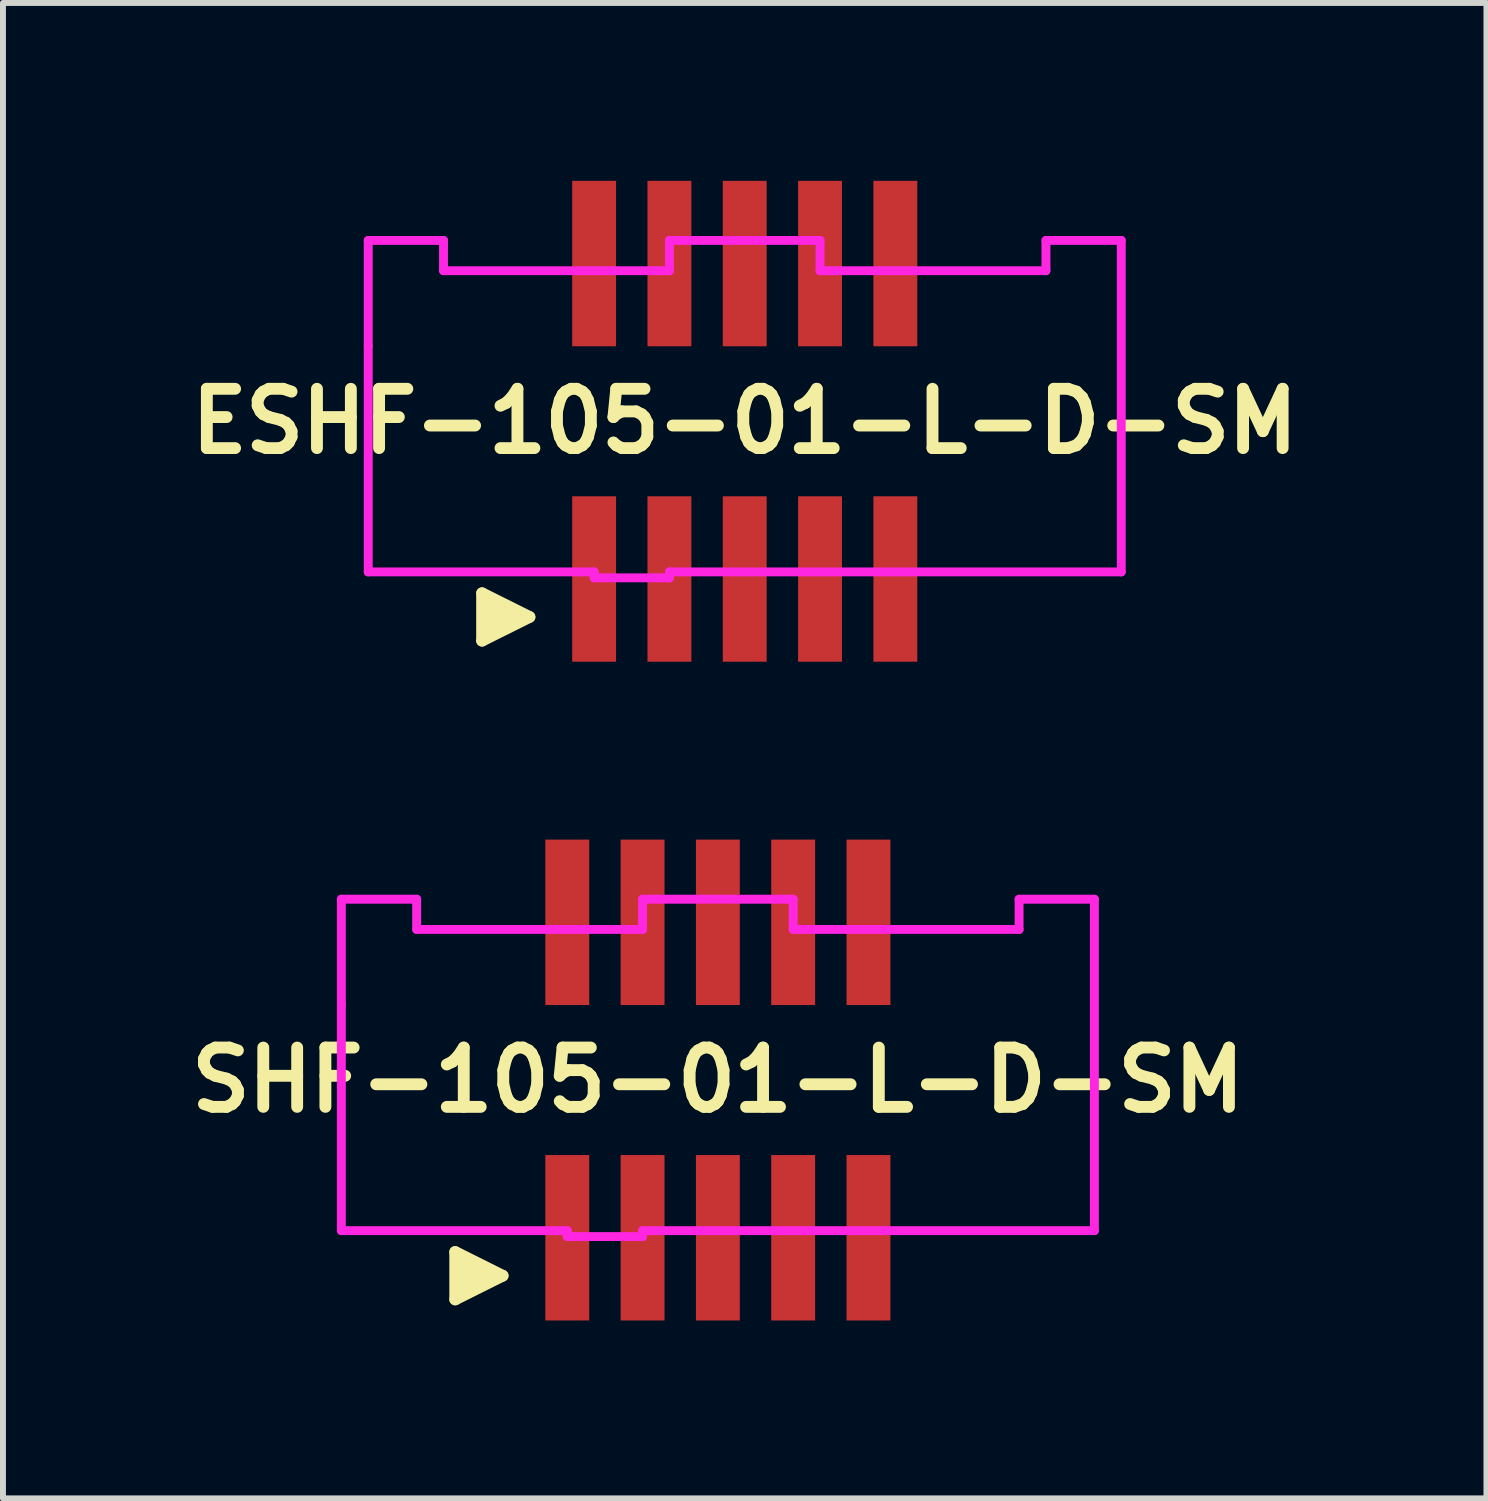
<source format=kicad_pcb>
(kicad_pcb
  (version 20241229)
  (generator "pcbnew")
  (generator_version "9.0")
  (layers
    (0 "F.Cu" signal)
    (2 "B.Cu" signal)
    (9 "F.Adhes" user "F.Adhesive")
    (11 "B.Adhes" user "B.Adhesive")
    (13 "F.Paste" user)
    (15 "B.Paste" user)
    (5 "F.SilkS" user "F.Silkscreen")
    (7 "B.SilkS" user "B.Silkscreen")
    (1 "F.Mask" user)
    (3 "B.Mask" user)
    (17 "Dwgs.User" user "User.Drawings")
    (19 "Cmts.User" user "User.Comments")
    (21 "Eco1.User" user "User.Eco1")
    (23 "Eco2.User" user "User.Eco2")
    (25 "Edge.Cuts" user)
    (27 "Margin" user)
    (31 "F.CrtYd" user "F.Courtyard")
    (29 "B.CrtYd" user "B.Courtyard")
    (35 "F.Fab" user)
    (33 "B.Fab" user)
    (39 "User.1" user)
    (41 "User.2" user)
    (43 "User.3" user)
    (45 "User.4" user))
  (footprint "ESHF-105-01-L-D-SM"
    (layer "F.Cu")
    (at 9.51 4.055)
    (property "Reference" "ESHF-105-01-L-D-SM" (at 0 0 0) (layer "F.SilkS") (effects (font (size 1 1) (thickness 0.2))))
    (attr through_hole)
    (fp_line (start -4.43 2.9) (end -3.63 3.3) (stroke (width 0.198) (type solid)) (layer "F.SilkS"))
    (fp_line (start -4.43 3.7) (end -4.43 2.9) (stroke (width 0.198) (type solid)) (layer "F.SilkS"))
    (fp_line (start -4.33 3.6) (end -4.33 3) (stroke (width 0.198) (type solid)) (layer "F.SilkS"))
    (fp_line (start -4.23 3.1) (end -4.23 3.5) (stroke (width 0.198) (type solid)) (layer "F.SilkS"))
    (fp_line (start -4.13 3.5) (end -4.13 3.1) (stroke (width 0.198) (type solid)) (layer "F.SilkS"))
    (fp_line (start -4.03 3.2) (end -4.03 3.4) (stroke (width 0.198) (type solid)) (layer "F.SilkS"))
    (fp_line (start -3.93 3.4) (end -3.93 3.2) (stroke (width 0.198) (type solid)) (layer "F.SilkS"))
    (fp_line (start -3.63 3.3) (end -4.43 3.7) (stroke (width 0.198) (type solid)) (layer "F.SilkS"))
    (fp_line (start -6.35 -3.05) (end -5.08 -3.05) (stroke (width 0.15) (type solid)) (layer "F.CrtYd"))
    (fp_line (start -6.35 -1.27) (end -6.35 -3.05) (stroke (width 0.15) (type solid)) (layer "F.CrtYd"))
    (fp_line (start -6.35 2.54) (end -6.35 -1.27) (stroke (width 0.15) (type solid)) (layer "F.CrtYd"))
    (fp_line (start -6.35 2.54) (end -2.54 2.54) (stroke (width 0.15) (type solid)) (layer "F.CrtYd"))
    (fp_line (start -5.08 -3.05) (end -5.08 -2.54) (stroke (width 0.15) (type solid)) (layer "F.CrtYd"))
    (fp_line (start -5.08 -2.54) (end -1.27 -2.54) (stroke (width 0.15) (type solid)) (layer "F.CrtYd"))
    (fp_line (start -2.54 2.54) (end -2.54 2.639) (stroke (width 0.15) (type solid)) (layer "F.CrtYd"))
    (fp_line (start -1.27 -3.05) (end 1.27 -3.05) (stroke (width 0.15) (type solid)) (layer "F.CrtYd"))
    (fp_line (start -1.27 -2.54) (end -1.27 -3.05) (stroke (width 0.15) (type solid)) (layer "F.CrtYd"))
    (fp_line (start -1.27 2.54) (end 6.35 2.54) (stroke (width 0.15) (type solid)) (layer "F.CrtYd"))
    (fp_line (start -1.27 2.64) (end -2.54 2.64) (stroke (width 0.15) (type solid)) (layer "F.CrtYd"))
    (fp_line (start -1.27 2.642) (end -1.27 2.54) (stroke (width 0.15) (type solid)) (layer "F.CrtYd"))
    (fp_line (start 1.27 -2.54) (end 1.27 -3.05) (stroke (width 0.15) (type solid)) (layer "F.CrtYd"))
    (fp_line (start 1.27 -2.54) (end 5.08 -2.54) (stroke (width 0.15) (type solid)) (layer "F.CrtYd"))
    (fp_line (start 5.08 -3.05) (end 6.35 -3.05) (stroke (width 0.15) (type solid)) (layer "F.CrtYd"))
    (fp_line (start 5.08 -2.54) (end 5.08 -3.048) (stroke (width 0.15) (type solid)) (layer "F.CrtYd"))
    (fp_line (start 6.35 -3.05) (end 6.35 2.54) (stroke (width 0.15) (type solid)) (layer "F.CrtYd"))
    (pad "1" smd rect (at -2.54 2.66) (size 0.74 2.79) (layers "F.Cu" "F.Mask" "F.Paste"))
    (pad "2" smd rect (at -2.54 -2.66) (size 0.74 2.79) (layers "F.Cu" "F.Mask" "F.Paste"))
    (pad "3" smd rect (at -1.27 2.66) (size 0.74 2.79) (layers "F.Cu" "F.Mask" "F.Paste"))
    (pad "4" smd rect (at -1.27 -2.66) (size 0.74 2.79) (layers "F.Cu" "F.Mask" "F.Paste"))
    (pad "5" smd rect (at 0 2.66 180) (size 0.74 2.79) (layers "F.Cu" "F.Mask" "F.Paste"))
    (pad "6" smd rect (at 0 -2.66) (size 0.74 2.79) (layers "F.Cu" "F.Mask" "F.Paste"))
    (pad "7" smd rect (at 1.27 2.66) (size 0.74 2.79) (layers "F.Cu" "F.Mask" "F.Paste"))
    (pad "8" smd rect (at 1.27 -2.66) (size 0.74 2.79) (layers "F.Cu" "F.Mask" "F.Paste"))
    (pad "9" smd rect (at 2.54 2.66) (size 0.74 2.79) (layers "F.Cu" "F.Mask" "F.Paste"))
    (pad "10" smd rect (at 2.54 -2.66) (size 0.74 2.79) (layers "F.Cu" "F.Mask" "F.Paste")))
  (footprint "SHF-105-01-L-D-SM"
    (layer "F.Cu")
    (at 9.057 15.165)
    (property "Reference" "SHF-105-01-L-D-SM" (at 0 0 0) (layer "F.SilkS") (effects (font (size 1 1) (thickness 0.2))))
    (attr through_hole)
    (fp_line (start -4.43 2.9) (end -3.63 3.3) (stroke (width 0.198) (type solid)) (layer "F.SilkS"))
    (fp_line (start -4.43 3.7) (end -4.43 2.9) (stroke (width 0.198) (type solid)) (layer "F.SilkS"))
    (fp_line (start -4.33 3.6) (end -4.33 3) (stroke (width 0.198) (type solid)) (layer "F.SilkS"))
    (fp_line (start -4.23 3.1) (end -4.23 3.5) (stroke (width 0.198) (type solid)) (layer "F.SilkS"))
    (fp_line (start -4.13 3.5) (end -4.13 3.1) (stroke (width 0.198) (type solid)) (layer "F.SilkS"))
    (fp_line (start -4.03 3.2) (end -4.03 3.4) (stroke (width 0.198) (type solid)) (layer "F.SilkS"))
    (fp_line (start -3.93 3.4) (end -3.93 3.2) (stroke (width 0.198) (type solid)) (layer "F.SilkS"))
    (fp_line (start -3.63 3.3) (end -4.43 3.7) (stroke (width 0.198) (type solid)) (layer "F.SilkS"))
    (fp_line (start -6.35 -3.05) (end -5.08 -3.05) (stroke (width 0.15) (type solid)) (layer "F.CrtYd"))
    (fp_line (start -6.35 -1.27) (end -6.35 -3.05) (stroke (width 0.15) (type solid)) (layer "F.CrtYd"))
    (fp_line (start -6.35 2.54) (end -6.35 -1.27) (stroke (width 0.15) (type solid)) (layer "F.CrtYd"))
    (fp_line (start -6.35 2.54) (end -2.54 2.54) (stroke (width 0.15) (type solid)) (layer "F.CrtYd"))
    (fp_line (start -5.08 -3.05) (end -5.08 -2.54) (stroke (width 0.15) (type solid)) (layer "F.CrtYd"))
    (fp_line (start -5.08 -2.54) (end -1.27 -2.54) (stroke (width 0.15) (type solid)) (layer "F.CrtYd"))
    (fp_line (start -2.54 2.54) (end -2.54 2.639) (stroke (width 0.15) (type solid)) (layer "F.CrtYd"))
    (fp_line (start -1.27 -3.05) (end 1.27 -3.05) (stroke (width 0.15) (type solid)) (layer "F.CrtYd"))
    (fp_line (start -1.27 -2.54) (end -1.27 -3.05) (stroke (width 0.15) (type solid)) (layer "F.CrtYd"))
    (fp_line (start -1.27 2.54) (end 6.35 2.54) (stroke (width 0.15) (type solid)) (layer "F.CrtYd"))
    (fp_line (start -1.27 2.64) (end -2.54 2.64) (stroke (width 0.15) (type solid)) (layer "F.CrtYd"))
    (fp_line (start -1.27 2.642) (end -1.27 2.54) (stroke (width 0.15) (type solid)) (layer "F.CrtYd"))
    (fp_line (start 1.27 -2.54) (end 1.27 -3.05) (stroke (width 0.15) (type solid)) (layer "F.CrtYd"))
    (fp_line (start 1.27 -2.54) (end 5.08 -2.54) (stroke (width 0.15) (type solid)) (layer "F.CrtYd"))
    (fp_line (start 5.08 -3.05) (end 6.35 -3.05) (stroke (width 0.15) (type solid)) (layer "F.CrtYd"))
    (fp_line (start 5.08 -2.54) (end 5.08 -3.048) (stroke (width 0.15) (type solid)) (layer "F.CrtYd"))
    (fp_line (start 6.35 -3.05) (end 6.35 2.54) (stroke (width 0.15) (type solid)) (layer "F.CrtYd"))
    (pad "1" smd rect (at -2.54 2.66) (size 0.74 2.79) (layers "F.Cu" "F.Mask" "F.Paste"))
    (pad "2" smd rect (at -2.54 -2.66) (size 0.74 2.79) (layers "F.Cu" "F.Mask" "F.Paste"))
    (pad "3" smd rect (at -1.27 2.66) (size 0.74 2.79) (layers "F.Cu" "F.Mask" "F.Paste"))
    (pad "4" smd rect (at -1.27 -2.66) (size 0.74 2.79) (layers "F.Cu" "F.Mask" "F.Paste"))
    (pad "5" smd rect (at 0 2.66 180) (size 0.74 2.79) (layers "F.Cu" "F.Mask" "F.Paste"))
    (pad "6" smd rect (at 0 -2.66) (size 0.74 2.79) (layers "F.Cu" "F.Mask" "F.Paste"))
    (pad "7" smd rect (at 1.27 2.66) (size 0.74 2.79) (layers "F.Cu" "F.Mask" "F.Paste"))
    (pad "8" smd rect (at 1.27 -2.66) (size 0.74 2.79) (layers "F.Cu" "F.Mask" "F.Paste"))
    (pad "9" smd rect (at 2.54 2.66) (size 0.74 2.79) (layers "F.Cu" "F.Mask" "F.Paste"))
    (pad "10" smd rect (at 2.54 -2.66) (size 0.74 2.79) (layers "F.Cu" "F.Mask" "F.Paste")))
  (gr_rect
    (start -3 -3)
    (end 22.019 22.22)
    (stroke (width 0.1) (type default))
    (fill no)
    (layer "Edge.Cuts")))
</source>
